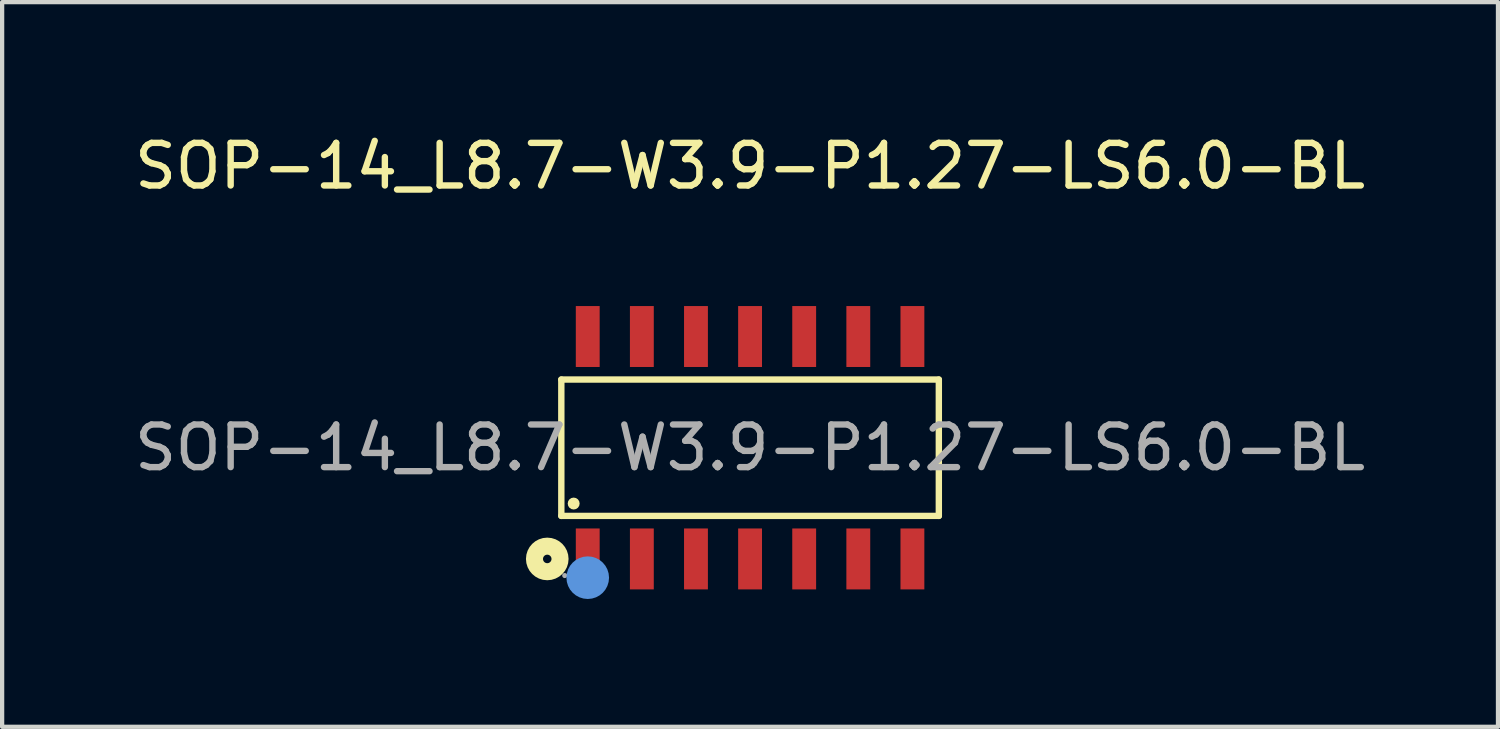
<source format=kicad_pcb>
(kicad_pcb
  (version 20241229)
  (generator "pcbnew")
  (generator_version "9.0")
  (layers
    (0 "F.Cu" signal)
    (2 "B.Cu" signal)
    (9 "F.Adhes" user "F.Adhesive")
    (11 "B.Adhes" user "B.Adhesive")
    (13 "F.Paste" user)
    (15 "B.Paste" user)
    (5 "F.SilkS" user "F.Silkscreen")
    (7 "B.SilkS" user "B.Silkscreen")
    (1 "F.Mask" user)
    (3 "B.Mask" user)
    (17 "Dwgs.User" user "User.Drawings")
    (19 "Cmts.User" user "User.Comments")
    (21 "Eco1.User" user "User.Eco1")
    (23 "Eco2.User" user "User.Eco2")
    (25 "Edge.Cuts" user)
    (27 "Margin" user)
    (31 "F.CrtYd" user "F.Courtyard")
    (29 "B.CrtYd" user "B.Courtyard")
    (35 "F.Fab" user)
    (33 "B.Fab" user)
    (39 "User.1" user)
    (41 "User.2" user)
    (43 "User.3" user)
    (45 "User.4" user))
  (footprint "SOP-14_L8.7-W3.9-P1.27-LS6.0-BL"
    (layer "F.Cu")
    (at 14.554 7.458)
    (property "Reference" "SOP-14_L8.7-W3.9-P1.27-LS6.0-BL" (at 0 -6.61 0) (layer "F.SilkS") (effects (font (size 1 1) (thickness 0.15))))
    (attr smd)
    (fp_line (start -4.43 -1.6) (end 4.43 -1.6) (stroke (width 0.15) (type solid)) (layer "F.SilkS"))
    (fp_line (start -4.43 1.6) (end -4.43 -1.6) (stroke (width 0.15) (type solid)) (layer "F.SilkS"))
    (fp_line (start 4.43 -1.6) (end 4.43 1.6) (stroke (width 0.15) (type solid)) (layer "F.SilkS"))
    (fp_line (start 4.43 1.6) (end -4.43 1.6) (stroke (width 0.15) (type solid)) (layer "F.SilkS"))
    (fp_circle (center -4.76 2.61) (end -4.66 2.61) (stroke (width 0.4) (type solid)) (fill no) (layer "F.SilkS"))
    (fp_circle (center -4.14 1.31) (end -4.07 1.31) (stroke (width 0.14) (type solid)) (fill no) (layer "F.SilkS"))
    (fp_circle (center -3.81 3.05) (end -3.56 3.05) (stroke (width 0.5) (type solid)) (fill no) (layer "Cmts.User"))
    (fp_circle (center -4.35 3) (end -4.32 3) (stroke (width 0.06) (type solid)) (fill no) (layer "F.Fab"))
    (fp_text user "${REFERENCE}" (at 0 0 0) (layer "F.Fab") (effects (font (size 1 1) (thickness 0.15))))
    (pad "1" smd rect (at -3.81 2.61) (size 0.56 1.43) (layers "F.Cu" "F.Mask" "F.Paste"))
    (pad "2" smd rect (at -2.54 2.61) (size 0.56 1.43) (layers "F.Cu" "F.Mask" "F.Paste"))
    (pad "3" smd rect (at -1.27 2.61) (size 0.56 1.43) (layers "F.Cu" "F.Mask" "F.Paste"))
    (pad "4" smd rect (at 0 2.61) (size 0.56 1.43) (layers "F.Cu" "F.Mask" "F.Paste"))
    (pad "5" smd rect (at 1.27 2.61) (size 0.56 1.43) (layers "F.Cu" "F.Mask" "F.Paste"))
    (pad "6" smd rect (at 2.54 2.61) (size 0.56 1.43) (layers "F.Cu" "F.Mask" "F.Paste"))
    (pad "7" smd rect (at 3.81 2.61) (size 0.56 1.43) (layers "F.Cu" "F.Mask" "F.Paste"))
    (pad "8" smd rect (at 3.81 -2.61) (size 0.56 1.43) (layers "F.Cu" "F.Mask" "F.Paste"))
    (pad "9" smd rect (at 2.54 -2.61) (size 0.56 1.43) (layers "F.Cu" "F.Mask" "F.Paste"))
    (pad "10" smd rect (at 1.27 -2.61) (size 0.56 1.43) (layers "F.Cu" "F.Mask" "F.Paste"))
    (pad "11" smd rect (at 0 -2.61) (size 0.56 1.43) (layers "F.Cu" "F.Mask" "F.Paste"))
    (pad "12" smd rect (at -1.27 -2.61) (size 0.56 1.43) (layers "F.Cu" "F.Mask" "F.Paste"))
    (pad "13" smd rect (at -2.54 -2.61) (size 0.56 1.43) (layers "F.Cu" "F.Mask" "F.Paste"))
    (pad "14" smd rect (at -3.81 -2.61) (size 0.56 1.43) (layers "F.Cu" "F.Mask" "F.Paste")))
  (gr_rect
    (start -3 -3)
    (end 32.107 14.008)
    (stroke (width 0.1) (type default))
    (fill no)
    (layer "Edge.Cuts")))
</source>
